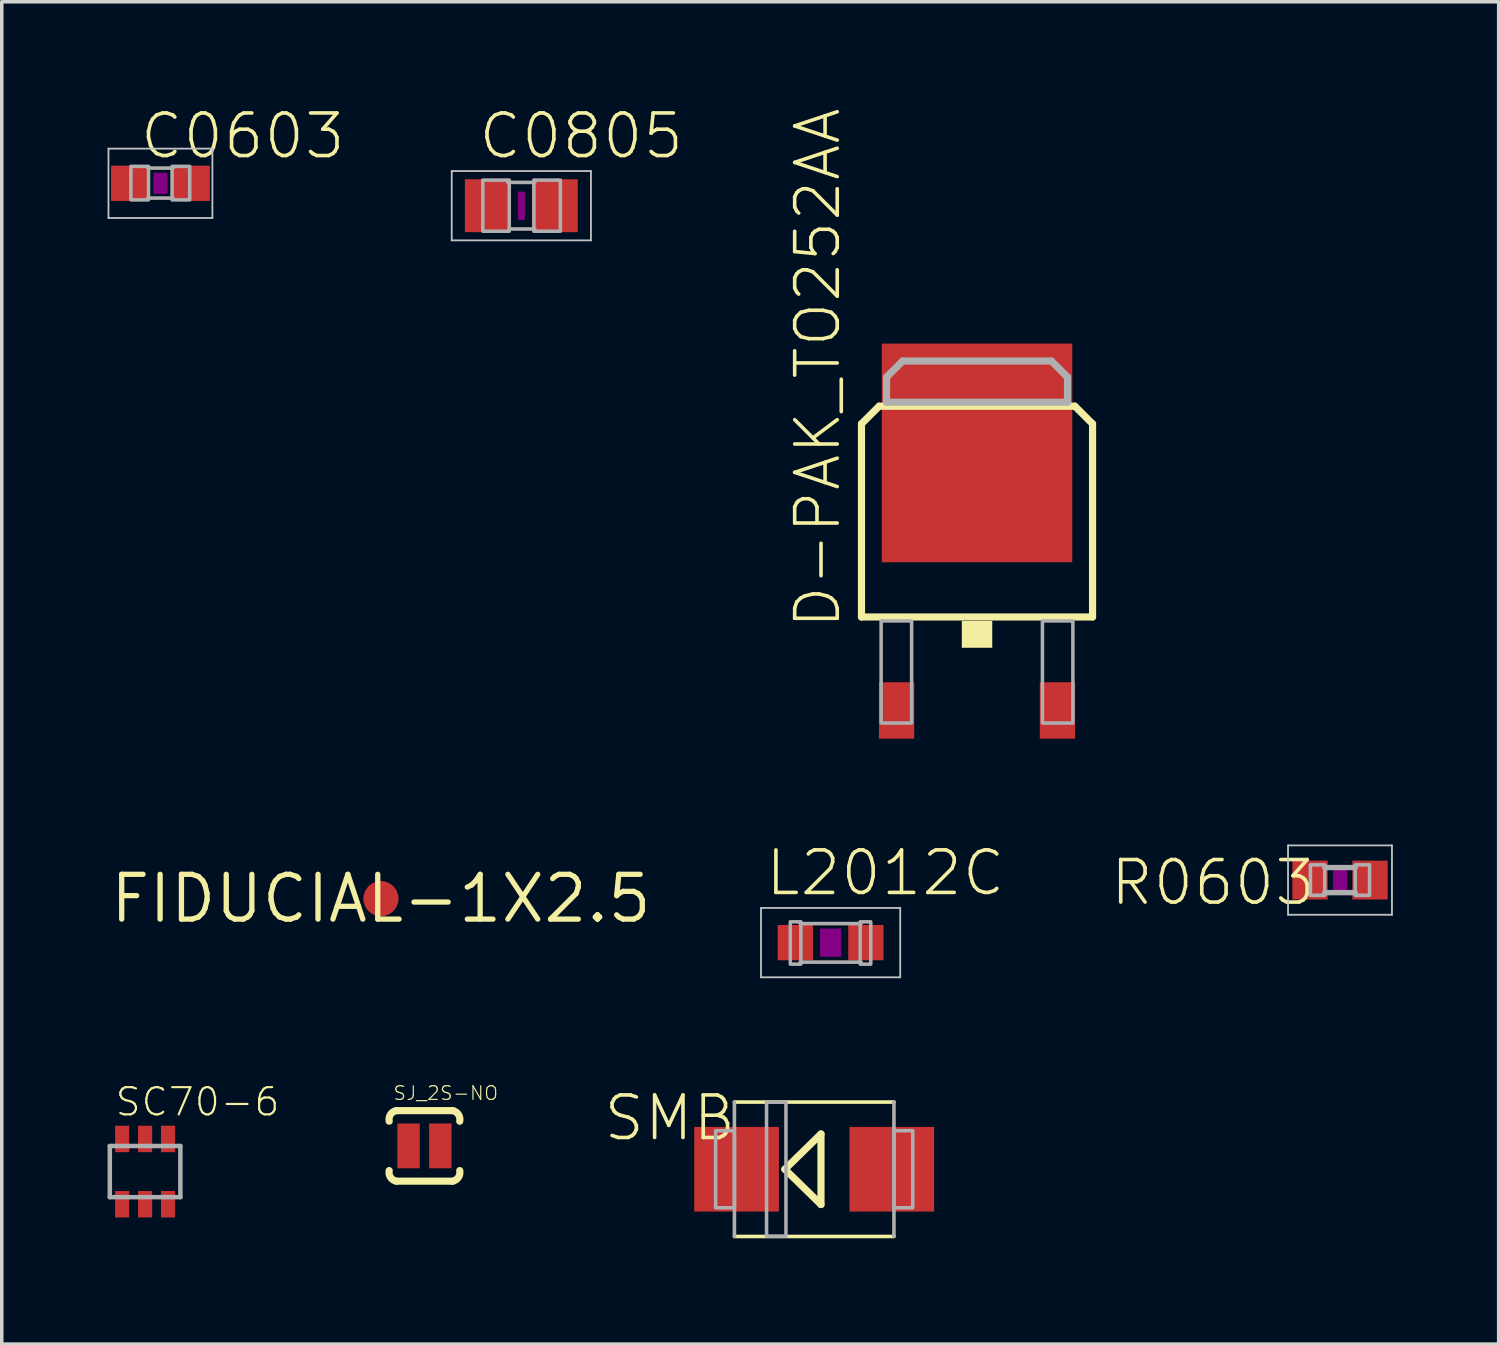
<source format=kicad_pcb>
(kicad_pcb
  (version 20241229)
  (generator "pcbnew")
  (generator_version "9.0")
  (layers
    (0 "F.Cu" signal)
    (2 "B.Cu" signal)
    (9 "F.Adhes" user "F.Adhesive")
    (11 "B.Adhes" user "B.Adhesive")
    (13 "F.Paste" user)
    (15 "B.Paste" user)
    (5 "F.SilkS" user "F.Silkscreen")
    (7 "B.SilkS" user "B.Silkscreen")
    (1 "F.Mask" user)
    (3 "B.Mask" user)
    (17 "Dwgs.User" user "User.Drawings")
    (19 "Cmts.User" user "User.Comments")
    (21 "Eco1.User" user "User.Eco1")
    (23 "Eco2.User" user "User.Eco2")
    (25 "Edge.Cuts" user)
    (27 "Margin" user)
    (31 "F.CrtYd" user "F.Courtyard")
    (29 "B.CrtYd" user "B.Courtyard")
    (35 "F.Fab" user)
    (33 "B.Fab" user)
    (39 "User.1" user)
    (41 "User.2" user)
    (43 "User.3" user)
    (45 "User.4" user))
  (footprint "SMB"
    (layer "F.Cu")
    (at 20.029 30.094)
    (property "Reference" "SMB" (at -2.159 -2.159 0) (layer "F.SilkS") (effects (font (size 1.206 1.206) (thickness 0.102)) (justify right top)))
    (attr through_hole)
    (fp_line (start -2.261 -1.905) (end 2.261 -1.905) (stroke (width 0.102) (type solid)) (layer "F.SilkS"))
    (fp_line (start -2.261 1.905) (end 2.261 1.905) (stroke (width 0.102) (type solid)) (layer "F.SilkS"))
    (fp_line (start -0.83 0) (end 0.193 1) (stroke (width 0.203) (type solid)) (layer "F.SilkS"))
    (fp_line (start 0.193 -1) (end -0.83 0) (stroke (width 0.203) (type solid)) (layer "F.SilkS"))
    (fp_line (start 0.193 1) (end 0.193 -1) (stroke (width 0.203) (type solid)) (layer "F.SilkS"))
    (fp_line (start -2.261 1.905) (end -2.261 -1.905) (stroke (width 0.102) (type solid)) (layer "F.Fab"))
    (fp_line (start 2.261 1.905) (end 2.261 -1.905) (stroke (width 0.102) (type solid)) (layer "F.Fab"))
    (fp_poly (pts (xy -2.794 1.092) (xy -2.261 1.092) (xy -2.261 -1.092) (xy -2.794 -1.092)) (stroke (width 0.1) (type solid)) (fill no) (layer "F.Fab"))
    (fp_poly (pts (xy -1.35 1.9) (xy -0.8 1.9) (xy -0.8 -1.9) (xy -1.35 -1.9)) (stroke (width 0.1) (type solid)) (fill no) (layer "F.Fab"))
    (fp_poly (pts (xy 2.261 1.092) (xy 2.794 1.092) (xy 2.794 -1.092) (xy 2.261 -1.092)) (stroke (width 0.1) (type solid)) (fill no) (layer "F.Fab"))
    (pad "A" smd rect (at 2.2 0) (size 2.4 2.4) (layers "F.Cu" "F.Mask" "F.Paste"))
    (pad "C" smd rect (at -2.2 0) (size 2.4 2.4) (layers "F.Cu" "F.Mask" "F.Paste")))
  (footprint "L2012C"
    (layer "F.Cu")
    (at 20.495 23.67)
    (property "Reference" "L2012C" (at -1.905 -1.27 0) (layer "F.SilkS") (effects (font (size 1.206 1.206) (thickness 0.102)) (justify left bottom)))
    (attr through_hole)
    (fp_poly (pts (xy -0.3 0.4) (xy 0.3 0.4) (xy 0.3 -0.4) (xy -0.3 -0.4)) (stroke (width 0) (type solid)) (fill yes) (layer "F.Adhes"))
    (fp_line (start -1.973 -0.983) (end 1.973 -0.983) (stroke (width 0.051) (type solid)) (layer "Dwgs.User"))
    (fp_line (start -1.973 0.983) (end -1.973 -0.983) (stroke (width 0.051) (type solid)) (layer "Dwgs.User"))
    (fp_line (start 1.973 -0.983) (end 1.973 0.983) (stroke (width 0.051) (type solid)) (layer "Dwgs.User"))
    (fp_line (start 1.973 0.983) (end -1.973 0.983) (stroke (width 0.051) (type solid)) (layer "Dwgs.User"))
    (fp_line (start -0.864 -0.54) (end 0.864 -0.54) (stroke (width 0.102) (type solid)) (layer "F.Fab"))
    (fp_line (start -0.864 0.553) (end 0.864 0.553) (stroke (width 0.102) (type solid)) (layer "F.Fab"))
    (fp_poly (pts (xy -1.143 0.61) (xy -0.843 0.61) (xy -0.843 -0.59) (xy -1.143 -0.59)) (stroke (width 0.1) (type solid)) (fill no) (layer "F.Fab"))
    (fp_poly (pts (xy 0.838 0.61) (xy 1.138 0.61) (xy 1.138 -0.59) (xy 0.838 -0.59)) (stroke (width 0.1) (type solid)) (fill no) (layer "F.Fab"))
    (pad "1" smd rect (at -1 0) (size 1 1) (layers "F.Cu" "F.Mask" "F.Paste"))
    (pad "2" smd rect (at 1 0) (size 1 1) (layers "F.Cu" "F.Mask" "F.Paste")))
  (footprint "FIDUCIAL-1X2.5"
    (layer "F.Cu")
    (at 7.748 22.424)
    (property "Reference" "FIDUCIAL-1X2.5" (at 0 0 0) (layer "F.SilkS") (effects (font (size 1.27 1.27) (thickness 0.15))))
    (attr through_hole)
    (fp_circle (center 0 0) (end 0.9 0) (stroke (width 1.27) (type solid)) (fill no) (layer "F.Mask"))
    (pad "1" smd roundrect (at 0 0) (size 1 1) (layers "F.Cu" "F.Mask") (roundrect_rratio 0.5)))
  (footprint "R0603"
    (layer "F.Cu")
    (at 34.934 21.897)
    (property "Reference" "R0603" (at -0.635 -0.635 0) (layer "F.SilkS") (effects (font (size 1.206 1.206) (thickness 0.102)) (justify right top)))
    (attr through_hole)
    (fp_poly (pts (xy -0.2 0.4) (xy 0.2 0.4) (xy 0.2 -0.4) (xy -0.2 -0.4)) (stroke (width 0) (type solid)) (fill yes) (layer "F.Adhes"))
    (fp_line (start -1.473 -0.983) (end 1.473 -0.983) (stroke (width 0.051) (type solid)) (layer "Dwgs.User"))
    (fp_line (start -1.473 0.983) (end -1.473 -0.983) (stroke (width 0.051) (type solid)) (layer "Dwgs.User"))
    (fp_line (start 1.473 -0.983) (end 1.473 0.983) (stroke (width 0.051) (type solid)) (layer "Dwgs.User"))
    (fp_line (start 1.473 0.983) (end -1.473 0.983) (stroke (width 0.051) (type solid)) (layer "Dwgs.User"))
    (fp_line (start -0.432 0.356) (end 0.432 0.356) (stroke (width 0.152) (type solid)) (layer "F.Fab"))
    (fp_line (start 0.432 -0.356) (end -0.432 -0.356) (stroke (width 0.152) (type solid)) (layer "F.Fab"))
    (fp_poly (pts (xy -0.838 0.432) (xy -0.432 0.432) (xy -0.432 -0.432) (xy -0.838 -0.432)) (stroke (width 0.1) (type solid)) (fill no) (layer "F.Fab"))
    (fp_poly (pts (xy 0.432 0.432) (xy 0.838 0.432) (xy 0.838 -0.432) (xy 0.432 -0.432)) (stroke (width 0.1) (type solid)) (fill no) (layer "F.Fab"))
    (pad "1" smd rect (at -0.85 0) (size 1 1.1) (layers "F.Cu" "F.Mask" "F.Paste"))
    (pad "2" smd rect (at 0.85 0) (size 1 1.1) (layers "F.Cu" "F.Mask" "F.Paste")))
  (footprint "D-PAK_TO252AA"
    (layer "F.Cu")
    (at 24.645 12.289)
    (property "Reference" "D-PAK_TO252AA" (at -3.81 2.54 90) (layer "F.SilkS") (effects (font (size 1.206 1.206) (thickness 0.102)) (justify left bottom)))
    (attr through_hole)
    (fp_line (start -3.275 -3.325) (end -2.775 -3.825) (stroke (width 0.203) (type solid)) (layer "F.SilkS"))
    (fp_line (start -3.275 2.15) (end -3.275 -3.325) (stroke (width 0.203) (type solid)) (layer "F.SilkS"))
    (fp_line (start -2.775 -3.825) (end 2.775 -3.825) (stroke (width 0.203) (type solid)) (layer "F.SilkS"))
    (fp_line (start 2.775 -3.825) (end 3.275 -3.325) (stroke (width 0.203) (type solid)) (layer "F.SilkS"))
    (fp_line (start 3.275 -3.325) (end 3.275 2.15) (stroke (width 0.203) (type solid)) (layer "F.SilkS"))
    (fp_line (start 3.275 2.15) (end -3.275 2.15) (stroke (width 0.203) (type solid)) (layer "F.SilkS"))
    (fp_poly (pts (xy -0.432 3.023) (xy 0.432 3.023) (xy 0.432 2.261) (xy -0.432 2.261)) (stroke (width 0) (type solid)) (fill yes) (layer "F.SilkS"))
    (fp_line (start -2.565 -4.648) (end -2.108 -5.105) (stroke (width 0.203) (type solid)) (layer "F.Fab"))
    (fp_line (start -2.565 -3.937) (end -2.565 -4.648) (stroke (width 0.203) (type solid)) (layer "F.Fab"))
    (fp_line (start -2.108 -5.105) (end 2.108 -5.105) (stroke (width 0.203) (type solid)) (layer "F.Fab"))
    (fp_line (start 2.108 -5.105) (end 2.565 -4.648) (stroke (width 0.203) (type solid)) (layer "F.Fab"))
    (fp_line (start 2.565 -4.648) (end 2.565 -3.937) (stroke (width 0.203) (type solid)) (layer "F.Fab"))
    (fp_line (start 2.565 -3.937) (end -2.565 -3.937) (stroke (width 0.203) (type solid)) (layer "F.Fab"))
    (fp_poly (pts (xy -2.718 5.156) (xy -1.854 5.156) (xy -1.854 2.261) (xy -2.718 2.261)) (stroke (width 0.1) (type solid)) (fill no) (layer "F.Fab"))
    (fp_poly (pts (xy 1.854 5.156) (xy 2.718 5.156) (xy 2.718 2.261) (xy 1.854 2.261)) (stroke (width 0.1) (type solid)) (fill no) (layer "F.Fab"))
    (fp_poly (pts (xy -2.565 -3.937) (xy -2.565 -4.648) (xy -2.108 -5.105) (xy 2.108 -5.105) (xy 2.565 -4.648) (xy 2.565 -3.937)) (stroke (width 0.1) (type solid)) (fill no) (layer "F.Fab"))
    (pad "1" smd rect (at -2.28 4.8) (size 1 1.6) (layers "F.Cu" "F.Mask" "F.Paste"))
    (pad "3" smd rect (at 2.28 4.8) (size 1 1.6) (layers "F.Cu" "F.Mask" "F.Paste"))
    (pad "4" smd rect (at 0 -2.5) (size 5.4 6.2) (layers "F.Cu" "F.Mask" "F.Paste")))
  (footprint "SJ_2S-NO"
    (layer "F.Cu")
    (at 8.982 29.432)
    (property "Reference" "SJ_2S-NO" (at -0.908 -1.27 0) (layer "F.SilkS") (effects (font (size 0.386 0.386) (thickness 0.033)) (justify left bottom)))
    (attr through_hole)
    (fp_line (start -0.8 -1) (end 0.8 -1) (stroke (width 0.203) (type solid)) (layer "F.SilkS"))
    (fp_line (start 0.8 1) (end -0.8 1) (stroke (width 0.203) (type solid)) (layer "F.SilkS"))
    (fp_arc (start -1 -0.7) (mid -0.962132 -0.891421) (end -0.8 -1) (stroke (width 0.2032) (type solid)) (layer "F.SilkS"))
    (fp_arc (start -0.8 1) (mid -0.962132 0.891421) (end -1 0.7) (stroke (width 0.2032) (type solid)) (layer "F.SilkS"))
    (fp_arc (start 0.8 -1) (mid 0.962132 -0.891421) (end 1 -0.7) (stroke (width 0.2032) (type solid)) (layer "F.SilkS"))
    (fp_arc (start 1 0.7) (mid 0.962132 0.891421) (end 0.8 1) (stroke (width 0.2032) (type solid)) (layer "F.SilkS"))
    (pad "1" smd rect (at -0.45 0) (size 0.635 1.27) (layers "F.Cu" "F.Mask"))
    (pad "2" smd rect (at 0.45 0) (size 0.635 1.27) (layers "F.Cu" "F.Mask")))
  (footprint "C0603"
    (layer "F.Cu")
    (at 1.498 2.146)
    (property "Reference" "C0603" (at -0.635 -0.635 0) (layer "F.SilkS") (effects (font (size 1.206 1.206) (thickness 0.102)) (justify left bottom)))
    (attr through_hole)
    (fp_poly (pts (xy -0.2 0.3) (xy 0.2 0.3) (xy 0.2 -0.3) (xy -0.2 -0.3)) (stroke (width 0) (type solid)) (fill yes) (layer "F.Adhes"))
    (fp_line (start -1.473 -0.983) (end 1.473 -0.983) (stroke (width 0.051) (type solid)) (layer "Dwgs.User"))
    (fp_line (start -1.473 0.983) (end -1.473 -0.983) (stroke (width 0.051) (type solid)) (layer "Dwgs.User"))
    (fp_line (start 1.473 -0.983) (end 1.473 0.983) (stroke (width 0.051) (type solid)) (layer "Dwgs.User"))
    (fp_line (start 1.473 0.983) (end -1.473 0.983) (stroke (width 0.051) (type solid)) (layer "Dwgs.User"))
    (fp_line (start -0.356 -0.432) (end 0.356 -0.432) (stroke (width 0.102) (type solid)) (layer "F.Fab"))
    (fp_line (start -0.356 0.419) (end 0.356 0.419) (stroke (width 0.102) (type solid)) (layer "F.Fab"))
    (fp_poly (pts (xy -0.838 0.47) (xy -0.338 0.47) (xy -0.338 -0.48) (xy -0.838 -0.48)) (stroke (width 0.1) (type solid)) (fill no) (layer "F.Fab"))
    (fp_poly (pts (xy 0.33 0.47) (xy 0.83 0.47) (xy 0.83 -0.48) (xy 0.33 -0.48)) (stroke (width 0.1) (type solid)) (fill no) (layer "F.Fab"))
    (pad "1" smd rect (at -0.85 0) (size 1.1 1) (layers "F.Cu" "F.Mask" "F.Paste"))
    (pad "2" smd rect (at 0.85 0) (size 1.1 1) (layers "F.Cu" "F.Mask" "F.Paste")))
  (footprint "C0805"
    (layer "F.Cu")
    (at 11.728 2.781)
    (property "Reference" "C0805" (at -1.27 -1.27 0) (layer "F.SilkS") (effects (font (size 1.206 1.206) (thickness 0.102)) (justify left bottom)))
    (attr through_hole)
    (fp_poly (pts (xy -0.1 0.4) (xy 0.1 0.4) (xy 0.1 -0.4) (xy -0.1 -0.4)) (stroke (width 0) (type solid)) (fill yes) (layer "F.Adhes"))
    (fp_line (start -1.973 -0.983) (end 1.973 -0.983) (stroke (width 0.051) (type solid)) (layer "Dwgs.User"))
    (fp_line (start -1.973 0.983) (end -1.973 -0.983) (stroke (width 0.051) (type solid)) (layer "Dwgs.User"))
    (fp_line (start 1.973 -0.983) (end 1.973 0.983) (stroke (width 0.051) (type solid)) (layer "Dwgs.User"))
    (fp_line (start 1.973 0.983) (end -1.973 0.983) (stroke (width 0.051) (type solid)) (layer "Dwgs.User"))
    (fp_line (start -0.381 -0.66) (end 0.381 -0.66) (stroke (width 0.102) (type solid)) (layer "F.Fab"))
    (fp_line (start -0.356 0.66) (end 0.381 0.66) (stroke (width 0.102) (type solid)) (layer "F.Fab"))
    (fp_poly (pts (xy -1.092 0.724) (xy -0.342 0.724) (xy -0.342 -0.726) (xy -1.092 -0.726)) (stroke (width 0.1) (type solid)) (fill no) (layer "F.Fab"))
    (fp_poly (pts (xy 0.356 0.724) (xy 1.106 0.724) (xy 1.106 -0.726) (xy 0.356 -0.726)) (stroke (width 0.1) (type solid)) (fill no) (layer "F.Fab"))
    (pad "1" smd rect (at -0.95 0) (size 1.3 1.5) (layers "F.Cu" "F.Mask" "F.Paste"))
    (pad "2" smd rect (at 0.95 0) (size 1.3 1.5) (layers "F.Cu" "F.Mask" "F.Paste")))
  (footprint "SC70-6"
    (layer "F.Cu")
    (at 1.063 30.16)
    (property "Reference" "SC70-6" (at -0.889 -1.524 180) (layer "F.SilkS") (effects (font (size 0.772 0.772) (thickness 0.062)) (justify left bottom)))
    (attr through_hole)
    (fp_poly (pts (xy -0.85 -0.55) (xy -0.45 -0.55) (xy -0.45 -1.3) (xy -0.85 -1.3)) (stroke (width 0) (type solid)) (fill yes) (layer "F.Paste"))
    (fp_poly (pts (xy -0.85 1.3) (xy -0.45 1.3) (xy -0.45 0.55) (xy -0.85 0.55)) (stroke (width 0) (type solid)) (fill yes) (layer "F.Paste"))
    (fp_poly (pts (xy -0.85 1.3) (xy -0.45 1.3) (xy -0.45 0.55) (xy -0.85 0.55)) (stroke (width 0) (type solid)) (fill yes) (layer "F.Paste"))
    (fp_poly (pts (xy -0.85 1.3) (xy -0.45 1.3) (xy -0.45 0.55) (xy -0.85 0.55)) (stroke (width 0) (type solid)) (fill yes) (layer "F.Paste"))
    (fp_poly (pts (xy -0.201 1.3) (xy 0.199 1.3) (xy 0.199 0.55) (xy -0.201 0.55)) (stroke (width 0) (type solid)) (fill yes) (layer "F.Paste"))
    (fp_poly (pts (xy -0.2 -0.55) (xy 0.2 -0.55) (xy 0.2 -1.3) (xy -0.2 -1.3)) (stroke (width 0) (type solid)) (fill yes) (layer "F.Paste"))
    (fp_poly (pts (xy 0.45 -0.55) (xy 0.85 -0.55) (xy 0.85 -1.3) (xy 0.45 -1.3)) (stroke (width 0) (type solid)) (fill yes) (layer "F.Paste"))
    (fp_poly (pts (xy 0.45 1.3) (xy 0.85 1.3) (xy 0.85 0.55) (xy 0.45 0.55)) (stroke (width 0) (type solid)) (fill yes) (layer "F.Paste"))
    (fp_line (start -1 -0.725) (end 1 -0.725) (stroke (width 0.127) (type solid)) (layer "F.Fab"))
    (fp_line (start -1 0.725) (end -1 -0.725) (stroke (width 0.127) (type solid)) (layer "F.Fab"))
    (fp_line (start -1 0.725) (end 1 0.725) (stroke (width 0.127) (type solid)) (layer "F.Fab"))
    (fp_line (start 1 -0.725) (end 1 0.725) (stroke (width 0.127) (type solid)) (layer "F.Fab"))
    (pad "1" smd rect (at -0.65 0.925) (size 0.4 0.75) (layers "F.Cu" "F.Mask"))
    (pad "2" smd rect (at 0 0.925) (size 0.4 0.75) (layers "F.Cu" "F.Mask"))
    (pad "3" smd rect (at 0.65 0.925) (size 0.4 0.75) (layers "F.Cu" "F.Mask"))
    (pad "4" smd rect (at 0.65 -0.925) (size 0.4 0.75) (layers "F.Cu" "F.Mask"))
    (pad "5" smd rect (at 0 -0.925) (size 0.4 0.75) (layers "F.Cu" "F.Mask"))
    (pad "6" smd rect (at -0.65 -0.925) (size 0.4 0.75) (layers "F.Cu" "F.Mask")))
  (gr_rect
    (start -3 -3)
    (end 39.432 35.05)
    (stroke (width 0.1) (type default))
    (fill no)
    (layer "Edge.Cuts")))
</source>
